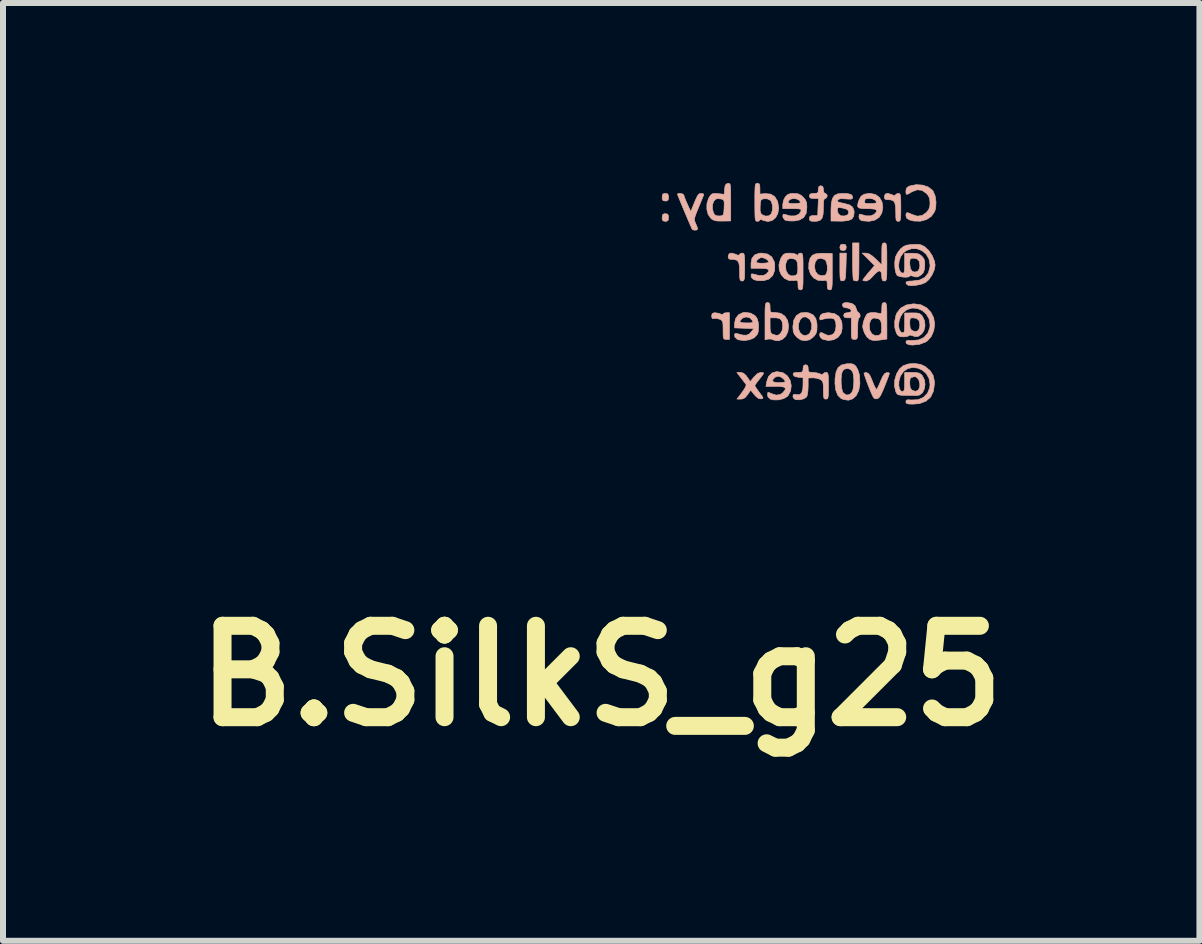
<source format=kicad_pcb>
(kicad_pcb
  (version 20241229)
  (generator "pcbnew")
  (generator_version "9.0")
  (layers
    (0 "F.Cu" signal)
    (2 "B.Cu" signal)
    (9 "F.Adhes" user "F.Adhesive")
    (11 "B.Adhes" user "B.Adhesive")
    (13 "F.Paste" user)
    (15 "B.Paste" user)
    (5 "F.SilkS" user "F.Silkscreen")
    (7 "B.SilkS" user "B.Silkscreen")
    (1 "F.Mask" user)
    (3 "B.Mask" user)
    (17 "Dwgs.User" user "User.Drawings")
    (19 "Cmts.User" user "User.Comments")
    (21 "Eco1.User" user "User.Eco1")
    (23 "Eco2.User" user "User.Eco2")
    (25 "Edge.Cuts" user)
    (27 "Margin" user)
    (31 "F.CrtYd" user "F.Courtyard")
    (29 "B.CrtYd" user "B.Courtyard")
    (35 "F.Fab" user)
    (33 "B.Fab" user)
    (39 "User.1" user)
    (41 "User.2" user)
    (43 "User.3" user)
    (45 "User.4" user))
  (footprint "B.SilkS_g25"
    (layer "F.Cu")
    (at 6.974 8.218)
    (property "Reference" "B.SilkS_g25" (at 0 0 0) (layer "F.SilkS") (effects (font (size 1.524 1.524) (thickness 0.3))))
    (attr through_hole)
    (fp_poly (pts (xy 1.107 -8.036) (xy 1.121 -8.007) (xy 1.122 -7.98) (xy 1.116 -7.934) (xy 1.092 -7.918) (xy 1.069 -7.916) (xy 1.031 -7.923) (xy 1.017 -7.952) (xy 1.016 -7.98) (xy 1.022 -8.025) (xy 1.046 -8.042) (xy 1.069 -8.043) (xy 1.107 -8.036)) (stroke (width 0.01) (type solid)) (fill yes) (layer "B.SilkS"))
    (fp_poly (pts (xy 1.107 -7.698) (xy 1.121 -7.669) (xy 1.122 -7.641) (xy 1.116 -7.596) (xy 1.092 -7.579) (xy 1.069 -7.578) (xy 1.031 -7.585) (xy 1.017 -7.614) (xy 1.016 -7.641) (xy 1.022 -7.687) (xy 1.046 -7.703) (xy 1.069 -7.705) (xy 1.107 -7.698)) (stroke (width 0.01) (type solid)) (fill yes) (layer "B.SilkS"))
    (fp_poly (pts (xy 4.073 -7.188) (xy 4.085 -7.154) (xy 4.085 -7.144) (xy 4.076 -7.103) (xy 4.042 -7.091) (xy 4.032 -7.091) (xy 3.992 -7.1) (xy 3.98 -7.134) (xy 3.979 -7.144) (xy 3.988 -7.184) (xy 4.022 -7.196) (xy 4.032 -7.197) (xy 4.073 -7.188)) (stroke (width 0.01) (type solid)) (fill yes) (layer "B.SilkS"))
    (fp_poly (pts (xy 4.081 -6.821) (xy 4.077 -6.72) (xy 4.073 -6.655) (xy 4.066 -6.616) (xy 4.055 -6.596) (xy 4.037 -6.588) (xy 4.027 -6.587) (xy 4.006 -6.585) (xy 3.993 -6.593) (xy 3.985 -6.617) (xy 3.981 -6.663) (xy 3.979 -6.741) (xy 3.979 -6.814) (xy 3.979 -7.048) (xy 4.087 -7.048) (xy 4.081 -6.821)) (stroke (width 0.01) (type solid)) (fill yes) (layer "B.SilkS"))
    (fp_poly (pts (xy 4.297 -6.9) (xy 4.296 -6.778) (xy 4.295 -6.692) (xy 4.291 -6.635) (xy 4.285 -6.603) (xy 4.275 -6.587) (xy 4.261 -6.583) (xy 4.258 -6.583) (xy 4.218 -6.59) (xy 4.205 -6.597) (xy 4.2 -6.622) (xy 4.196 -6.682) (xy 4.193 -6.768) (xy 4.191 -6.872) (xy 4.191 -6.914) (xy 4.191 -7.218) (xy 4.297 -7.218) (xy 4.297 -6.9)) (stroke (width 0.01) (type solid)) (fill yes) (layer "B.SilkS"))
    (fp_poly (pts (xy 2.138 -5.609) (xy 2.085 -5.609) (xy 2.058 -5.611) (xy 2.042 -5.623) (xy 2.034 -5.655) (xy 2.032 -5.714) (xy 2.032 -5.765) (xy 2.031 -5.845) (xy 2.026 -5.894) (xy 2.013 -5.922) (xy 1.99 -5.939) (xy 1.977 -5.945) (xy 1.922 -5.96) (xy 1.881 -5.958) (xy 1.852 -5.956) (xy 1.842 -5.985) (xy 1.841 -5.999) (xy 1.85 -6.04) (xy 1.883 -6.053) (xy 1.896 -6.054) (xy 1.955 -6.045) (xy 1.991 -6.032) (xy 2.025 -6.021) (xy 2.032 -6.032) (xy 2.05 -6.048) (xy 2.085 -6.054) (xy 2.138 -6.054) (xy 2.138 -5.609)) (stroke (width 0.01) (type solid)) (fill yes) (layer "B.SilkS"))
    (fp_poly (pts (xy 2.235 -7.031) (xy 2.249 -7.024) (xy 2.287 -7.011) (xy 2.303 -7.024) (xy 2.328 -7.045) (xy 2.351 -7.048) (xy 2.369 -7.045) (xy 2.381 -7.031) (xy 2.388 -6.999) (xy 2.391 -6.941) (xy 2.392 -6.85) (xy 2.392 -6.816) (xy 2.391 -6.714) (xy 2.389 -6.647) (xy 2.383 -6.608) (xy 2.373 -6.589) (xy 2.357 -6.583) (xy 2.349 -6.583) (xy 2.328 -6.587) (xy 2.315 -6.604) (xy 2.309 -6.644) (xy 2.307 -6.715) (xy 2.307 -6.737) (xy 2.304 -6.833) (xy 2.291 -6.894) (xy 2.264 -6.928) (xy 2.219 -6.941) (xy 2.187 -6.943) (xy 2.138 -6.947) (xy 2.119 -6.967) (xy 2.117 -6.996) (xy 2.132 -7.037) (xy 2.173 -7.049) (xy 2.235 -7.031)) (stroke (width 0.01) (type solid)) (fill yes) (layer "B.SilkS"))
    (fp_poly (pts (xy 4.839 -8.026) (xy 4.853 -8.019) (xy 4.89 -8.006) (xy 4.906 -8.019) (xy 4.931 -8.039) (xy 4.955 -8.043) (xy 4.973 -8.04) (xy 4.984 -8.026) (xy 4.991 -7.994) (xy 4.994 -7.936) (xy 4.995 -7.845) (xy 4.995 -7.811) (xy 4.995 -7.709) (xy 4.992 -7.642) (xy 4.987 -7.603) (xy 4.977 -7.584) (xy 4.961 -7.578) (xy 4.953 -7.578) (xy 4.931 -7.582) (xy 4.918 -7.599) (xy 4.912 -7.639) (xy 4.911 -7.71) (xy 4.911 -7.732) (xy 4.907 -7.828) (xy 4.894 -7.889) (xy 4.867 -7.923) (xy 4.823 -7.936) (xy 4.79 -7.938) (xy 4.742 -7.942) (xy 4.723 -7.962) (xy 4.72 -7.99) (xy 4.735 -8.032) (xy 4.776 -8.044) (xy 4.839 -8.026)) (stroke (width 0.01) (type solid)) (fill yes) (layer "B.SilkS"))
    (fp_poly (pts (xy 3.892 -6.038) (xy 3.963 -5.993) (xy 4.005 -5.916) (xy 4.015 -5.869) (xy 4.016 -5.786) (xy 4 -5.714) (xy 3.951 -5.647) (xy 3.877 -5.604) (xy 3.79 -5.59) (xy 3.7 -5.609) (xy 3.688 -5.614) (xy 3.651 -5.648) (xy 3.64 -5.692) (xy 3.654 -5.721) (xy 3.679 -5.721) (xy 3.712 -5.704) (xy 3.78 -5.675) (xy 3.845 -5.685) (xy 3.881 -5.711) (xy 3.905 -5.761) (xy 3.915 -5.828) (xy 3.91 -5.894) (xy 3.89 -5.942) (xy 3.884 -5.948) (xy 3.84 -5.963) (xy 3.773 -5.962) (xy 3.701 -5.947) (xy 3.678 -5.938) (xy 3.648 -5.935) (xy 3.641 -5.963) (xy 3.655 -6.013) (xy 3.7 -6.043) (xy 3.779 -6.054) (xy 3.792 -6.054) (xy 3.892 -6.038)) (stroke (width 0.01) (type solid)) (fill yes) (layer "B.SilkS"))
    (fp_poly (pts (xy 4.426 -5.055) (xy 4.456 -5.04) (xy 4.484 -5.001) (xy 4.515 -4.929) (xy 4.525 -4.904) (xy 4.552 -4.837) (xy 4.577 -4.791) (xy 4.593 -4.776) (xy 4.594 -4.777) (xy 4.61 -4.805) (xy 4.636 -4.859) (xy 4.661 -4.921) (xy 4.696 -4.997) (xy 4.727 -5.04) (xy 4.758 -5.055) (xy 4.795 -5.053) (xy 4.805 -5.043) (xy 4.797 -5.016) (xy 4.777 -4.96) (xy 4.747 -4.883) (xy 4.724 -4.824) (xy 4.685 -4.732) (xy 4.656 -4.672) (xy 4.631 -4.638) (xy 4.607 -4.622) (xy 4.592 -4.619) (xy 4.567 -4.619) (xy 4.547 -4.632) (xy 4.526 -4.664) (xy 4.5 -4.721) (xy 4.464 -4.811) (xy 4.46 -4.82) (xy 4.427 -4.907) (xy 4.401 -4.98) (xy 4.385 -5.029) (xy 4.381 -5.044) (xy 4.399 -5.056) (xy 4.426 -5.055)) (stroke (width 0.01) (type solid)) (fill yes) (layer "B.SilkS"))
    (fp_poly (pts (xy 3.693 -8.16) (xy 3.704 -8.123) (xy 3.704 -8.107) (xy 3.714 -8.056) (xy 3.736 -8.043) (xy 3.762 -8.026) (xy 3.768 -8.001) (xy 3.754 -7.967) (xy 3.736 -7.959) (xy 3.719 -7.95) (xy 3.709 -7.92) (xy 3.705 -7.86) (xy 3.704 -7.801) (xy 3.7 -7.7) (xy 3.684 -7.634) (xy 3.652 -7.596) (xy 3.599 -7.58) (xy 3.554 -7.578) (xy 3.5 -7.581) (xy 3.476 -7.595) (xy 3.471 -7.625) (xy 3.479 -7.659) (xy 3.508 -7.672) (xy 3.54 -7.673) (xy 3.609 -7.673) (xy 3.615 -7.816) (xy 3.621 -7.959) (xy 3.546 -7.959) (xy 3.495 -7.963) (xy 3.474 -7.981) (xy 3.471 -8.001) (xy 3.48 -8.03) (xy 3.512 -8.042) (xy 3.545 -8.043) (xy 3.595 -8.047) (xy 3.616 -8.065) (xy 3.619 -8.107) (xy 3.626 -8.153) (xy 3.651 -8.17) (xy 3.662 -8.17) (xy 3.693 -8.16)) (stroke (width 0.01) (type solid)) (fill yes) (layer "B.SilkS"))
    (fp_poly (pts (xy 5.357 -8.182) (xy 5.451 -8.151) (xy 5.521 -8.097) (xy 5.534 -8.08) (xy 5.568 -7.999) (xy 5.582 -7.898) (xy 5.576 -7.799) (xy 5.56 -7.742) (xy 5.505 -7.662) (xy 5.423 -7.607) (xy 5.321 -7.58) (xy 5.21 -7.583) (xy 5.138 -7.602) (xy 5.092 -7.632) (xy 5.08 -7.675) (xy 5.085 -7.713) (xy 5.107 -7.723) (xy 5.152 -7.707) (xy 5.178 -7.694) (xy 5.269 -7.664) (xy 5.35 -7.675) (xy 5.42 -7.724) (xy 5.461 -7.775) (xy 5.479 -7.829) (xy 5.482 -7.885) (xy 5.476 -7.956) (xy 5.453 -8.007) (xy 5.42 -8.045) (xy 5.348 -8.095) (xy 5.27 -8.104) (xy 5.182 -8.072) (xy 5.169 -8.064) (xy 5.116 -8.033) (xy 5.09 -8.027) (xy 5.081 -8.046) (xy 5.08 -8.084) (xy 5.088 -8.13) (xy 5.122 -8.158) (xy 5.147 -8.168) (xy 5.252 -8.189) (xy 5.357 -8.182)) (stroke (width 0.01) (type solid)) (fill yes) (layer "B.SilkS"))
    (fp_poly (pts (xy 2.697 -5.054) (xy 2.709 -5.047) (xy 2.697 -5.025) (xy 2.665 -4.981) (xy 2.635 -4.944) (xy 2.594 -4.891) (xy 2.567 -4.852) (xy 2.561 -4.838) (xy 2.573 -4.815) (xy 2.604 -4.769) (xy 2.637 -4.724) (xy 2.679 -4.669) (xy 2.696 -4.638) (xy 2.693 -4.624) (xy 2.669 -4.618) (xy 2.664 -4.618) (xy 2.621 -4.625) (xy 2.575 -4.663) (xy 2.554 -4.687) (xy 2.492 -4.764) (xy 2.441 -4.689) (xy 2.398 -4.637) (xy 2.352 -4.616) (xy 2.327 -4.614) (xy 2.263 -4.614) (xy 2.347 -4.725) (xy 2.388 -4.784) (xy 2.412 -4.832) (xy 2.416 -4.857) (xy 2.394 -4.885) (xy 2.357 -4.934) (xy 2.33 -4.969) (xy 2.261 -5.059) (xy 2.321 -5.059) (xy 2.371 -5.047) (xy 2.415 -5.007) (xy 2.433 -4.982) (xy 2.485 -4.906) (xy 2.546 -4.982) (xy 2.606 -5.04) (xy 2.658 -5.059) (xy 2.697 -5.054)) (stroke (width 0.01) (type solid)) (fill yes) (layer "B.SilkS"))
    (fp_poly (pts (xy 3.465 -6.05) (xy 3.535 -6.016) (xy 3.578 -5.956) (xy 3.597 -5.866) (xy 3.598 -5.825) (xy 3.595 -5.752) (xy 3.579 -5.703) (xy 3.546 -5.66) (xy 3.536 -5.65) (xy 3.474 -5.603) (xy 3.406 -5.588) (xy 3.397 -5.588) (xy 3.327 -5.6) (xy 3.265 -5.643) (xy 3.258 -5.65) (xy 3.221 -5.694) (xy 3.202 -5.739) (xy 3.196 -5.804) (xy 3.196 -5.827) (xy 3.201 -5.858) (xy 3.288 -5.858) (xy 3.289 -5.783) (xy 3.314 -5.723) (xy 3.355 -5.684) (xy 3.404 -5.671) (xy 3.454 -5.691) (xy 3.481 -5.72) (xy 3.509 -5.79) (xy 3.51 -5.867) (xy 3.483 -5.934) (xy 3.471 -5.948) (xy 3.414 -5.984) (xy 3.361 -5.981) (xy 3.318 -5.941) (xy 3.29 -5.869) (xy 3.288 -5.858) (xy 3.201 -5.858) (xy 3.211 -5.932) (xy 3.255 -6.008) (xy 3.323 -6.051) (xy 3.413 -6.059) (xy 3.465 -6.05)) (stroke (width 0.01) (type solid)) (fill yes) (layer "B.SilkS"))
    (fp_poly (pts (xy 2.492 -6.047) (xy 2.565 -6.005) (xy 2.601 -5.955) (xy 2.619 -5.888) (xy 2.624 -5.806) (xy 2.616 -5.73) (xy 2.603 -5.693) (xy 2.552 -5.639) (xy 2.476 -5.604) (xy 2.385 -5.59) (xy 2.295 -5.601) (xy 2.27 -5.61) (xy 2.231 -5.644) (xy 2.223 -5.674) (xy 2.229 -5.707) (xy 2.258 -5.708) (xy 2.27 -5.705) (xy 2.359 -5.681) (xy 2.422 -5.679) (xy 2.467 -5.699) (xy 2.497 -5.729) (xy 2.544 -5.789) (xy 2.223 -5.801) (xy 2.223 -5.873) (xy 2.228 -5.899) (xy 2.315 -5.899) (xy 2.351 -5.887) (xy 2.424 -5.884) (xy 2.49 -5.885) (xy 2.522 -5.891) (xy 2.528 -5.905) (xy 2.519 -5.926) (xy 2.475 -5.97) (xy 2.416 -5.984) (xy 2.358 -5.965) (xy 2.349 -5.958) (xy 2.315 -5.921) (xy 2.315 -5.899) (xy 2.228 -5.899) (xy 2.241 -5.957) (xy 2.29 -6.021) (xy 2.363 -6.056) (xy 2.397 -6.06) (xy 2.492 -6.047)) (stroke (width 0.01) (type solid)) (fill yes) (layer "B.SilkS"))
    (fp_poly (pts (xy 3.704 -7.045) (xy 3.852 -7.042) (xy 3.852 -6.738) (xy 3.852 -6.619) (xy 3.851 -6.536) (xy 3.847 -6.483) (xy 3.84 -6.452) (xy 3.83 -6.438) (xy 3.815 -6.435) (xy 3.81 -6.435) (xy 3.782 -6.442) (xy 3.77 -6.471) (xy 3.768 -6.518) (xy 3.766 -6.571) (xy 3.753 -6.593) (xy 3.719 -6.593) (xy 3.694 -6.589) (xy 3.611 -6.595) (xy 3.54 -6.635) (xy 3.488 -6.702) (xy 3.46 -6.789) (xy 3.461 -6.822) (xy 3.556 -6.822) (xy 3.571 -6.743) (xy 3.613 -6.69) (xy 3.674 -6.67) (xy 3.734 -6.68) (xy 3.758 -6.71) (xy 3.769 -6.764) (xy 3.769 -6.83) (xy 3.758 -6.892) (xy 3.736 -6.934) (xy 3.727 -6.942) (xy 3.656 -6.963) (xy 3.601 -6.947) (xy 3.567 -6.896) (xy 3.556 -6.822) (xy 3.461 -6.822) (xy 3.462 -6.884) (xy 3.482 -6.961) (xy 3.518 -7.01) (xy 3.576 -7.036) (xy 3.664 -7.045) (xy 3.704 -7.045)) (stroke (width 0.01) (type solid)) (fill yes) (layer "B.SilkS"))
    (fp_poly (pts (xy 4.179 -6.209) (xy 4.232 -6.17) (xy 4.254 -6.115) (xy 4.255 -6.11) (xy 4.271 -6.072) (xy 4.286 -6.061) (xy 4.309 -6.038) (xy 4.318 -6.002) (xy 4.31 -5.974) (xy 4.297 -5.969) (xy 4.287 -5.949) (xy 4.279 -5.894) (xy 4.276 -5.812) (xy 4.276 -5.789) (xy 4.275 -5.702) (xy 4.272 -5.649) (xy 4.264 -5.621) (xy 4.248 -5.611) (xy 4.223 -5.609) (xy 4.197 -5.611) (xy 4.181 -5.621) (xy 4.173 -5.649) (xy 4.17 -5.703) (xy 4.17 -5.789) (xy 4.17 -5.969) (xy 4.106 -5.969) (xy 4.06 -5.976) (xy 4.043 -6) (xy 4.043 -6.011) (xy 4.053 -6.042) (xy 4.089 -6.053) (xy 4.108 -6.054) (xy 4.156 -6.064) (xy 4.17 -6.087) (xy 4.154 -6.113) (xy 4.109 -6.132) (xy 4.09 -6.134) (xy 4.04 -6.146) (xy 4.022 -6.173) (xy 4.022 -6.182) (xy 4.03 -6.209) (xy 4.061 -6.221) (xy 4.103 -6.223) (xy 4.179 -6.209)) (stroke (width 0.01) (type solid)) (fill yes) (layer "B.SilkS"))
    (fp_poly (pts (xy 1.705 -8.035) (xy 1.709 -8.017) (xy 1.696 -7.987) (xy 1.672 -7.928) (xy 1.64 -7.849) (xy 1.62 -7.801) (xy 1.584 -7.713) (xy 1.563 -7.654) (xy 1.554 -7.614) (xy 1.558 -7.583) (xy 1.571 -7.55) (xy 1.575 -7.541) (xy 1.597 -7.489) (xy 1.608 -7.453) (xy 1.609 -7.45) (xy 1.592 -7.434) (xy 1.556 -7.43) (xy 1.524 -7.439) (xy 1.517 -7.445) (xy 1.504 -7.473) (xy 1.479 -7.529) (xy 1.446 -7.606) (xy 1.408 -7.695) (xy 1.369 -7.788) (xy 1.332 -7.877) (xy 1.301 -7.953) (xy 1.279 -8.007) (xy 1.27 -8.031) (xy 1.27 -8.031) (xy 1.287 -8.043) (xy 1.323 -8.043) (xy 1.36 -8.033) (xy 1.377 -8.017) (xy 1.377 -8.017) (xy 1.386 -7.985) (xy 1.408 -7.928) (xy 1.436 -7.865) (xy 1.493 -7.74) (xy 1.554 -7.892) (xy 1.588 -7.97) (xy 1.613 -8.016) (xy 1.638 -8.038) (xy 1.666 -8.043) (xy 1.667 -8.043) (xy 1.705 -8.035)) (stroke (width 0.01) (type solid)) (fill yes) (layer "B.SilkS"))
    (fp_poly (pts (xy 4.21 -5.193) (xy 4.241 -5.166) (xy 4.25 -5.155) (xy 4.279 -5.101) (xy 4.302 -5.027) (xy 4.307 -4.995) (xy 4.313 -4.867) (xy 4.294 -4.759) (xy 4.253 -4.675) (xy 4.194 -4.619) (xy 4.121 -4.595) (xy 4.037 -4.608) (xy 3.996 -4.626) (xy 3.945 -4.677) (xy 3.911 -4.762) (xy 3.897 -4.875) (xy 3.899 -4.951) (xy 4 -4.951) (xy 4.001 -4.867) (xy 4.01 -4.789) (xy 4.026 -4.732) (xy 4.036 -4.717) (xy 4.088 -4.682) (xy 4.141 -4.689) (xy 4.179 -4.725) (xy 4.199 -4.777) (xy 4.21 -4.856) (xy 4.212 -4.943) (xy 4.203 -5.025) (xy 4.192 -5.068) (xy 4.157 -5.109) (xy 4.106 -5.125) (xy 4.054 -5.113) (xy 4.022 -5.081) (xy 4.007 -5.028) (xy 4 -4.951) (xy 3.899 -4.951) (xy 3.899 -4.958) (xy 3.916 -5.067) (xy 3.95 -5.14) (xy 4.007 -5.183) (xy 4.09 -5.202) (xy 4.101 -5.203) (xy 4.168 -5.204) (xy 4.21 -5.193)) (stroke (width 0.01) (type solid)) (fill yes) (layer "B.SilkS"))
    (fp_poly (pts (xy 4.736 -7.216) (xy 4.748 -7.205) (xy 4.755 -7.18) (xy 4.76 -7.134) (xy 4.762 -7.061) (xy 4.762 -6.954) (xy 4.763 -6.9) (xy 4.762 -6.778) (xy 4.761 -6.692) (xy 4.757 -6.636) (xy 4.751 -6.603) (xy 4.742 -6.588) (xy 4.727 -6.583) (xy 4.72 -6.583) (xy 4.691 -6.591) (xy 4.679 -6.625) (xy 4.678 -6.654) (xy 4.67 -6.723) (xy 4.647 -6.752) (xy 4.609 -6.741) (xy 4.555 -6.691) (xy 4.543 -6.677) (xy 4.479 -6.612) (xy 4.426 -6.584) (xy 4.412 -6.583) (xy 4.373 -6.588) (xy 4.36 -6.596) (xy 4.373 -6.618) (xy 4.407 -6.662) (xy 4.454 -6.72) (xy 4.459 -6.725) (xy 4.557 -6.84) (xy 4.454 -6.944) (xy 4.351 -7.048) (xy 4.413 -7.048) (xy 4.463 -7.037) (xy 4.519 -7.001) (xy 4.577 -6.949) (xy 4.678 -6.849) (xy 4.678 -7.033) (xy 4.679 -7.122) (xy 4.682 -7.177) (xy 4.69 -7.206) (xy 4.705 -7.216) (xy 4.72 -7.218) (xy 4.736 -7.216)) (stroke (width 0.01) (type solid)) (fill yes) (layer "B.SilkS"))
    (fp_poly (pts (xy 2.774 -7.032) (xy 2.844 -6.984) (xy 2.885 -6.904) (xy 2.893 -6.864) (xy 2.892 -6.761) (xy 2.86 -6.676) (xy 2.8 -6.618) (xy 2.792 -6.614) (xy 2.706 -6.588) (xy 2.608 -6.589) (xy 2.545 -6.605) (xy 2.506 -6.639) (xy 2.498 -6.669) (xy 2.505 -6.701) (xy 2.534 -6.7) (xy 2.535 -6.7) (xy 2.63 -6.674) (xy 2.708 -6.677) (xy 2.752 -6.7) (xy 2.79 -6.741) (xy 2.793 -6.77) (xy 2.759 -6.787) (xy 2.686 -6.794) (xy 2.646 -6.795) (xy 2.498 -6.795) (xy 2.498 -6.875) (xy 2.501 -6.895) (xy 2.583 -6.895) (xy 2.602 -6.886) (xy 2.65 -6.88) (xy 2.688 -6.879) (xy 2.749 -6.883) (xy 2.787 -6.892) (xy 2.794 -6.9) (xy 2.776 -6.931) (xy 2.734 -6.958) (xy 2.684 -6.973) (xy 2.654 -6.971) (xy 2.604 -6.939) (xy 2.583 -6.897) (xy 2.583 -6.895) (xy 2.501 -6.895) (xy 2.513 -6.961) (xy 2.559 -7.018) (xy 2.635 -7.046) (xy 2.677 -7.048) (xy 2.774 -7.032)) (stroke (width 0.01) (type solid)) (fill yes) (layer "B.SilkS"))
    (fp_poly (pts (xy 3.017 -5.058) (xy 3.036 -5.05) (xy 3.105 -5) (xy 3.15 -4.926) (xy 3.168 -4.84) (xy 3.158 -4.752) (xy 3.118 -4.675) (xy 3.101 -4.657) (xy 3.038 -4.621) (xy 2.955 -4.601) (xy 2.87 -4.601) (xy 2.82 -4.614) (xy 2.78 -4.651) (xy 2.773 -4.686) (xy 2.776 -4.721) (xy 2.792 -4.727) (xy 2.831 -4.708) (xy 2.917 -4.68) (xy 2.989 -4.692) (xy 3.027 -4.72) (xy 3.065 -4.766) (xy 3.07 -4.797) (xy 3.04 -4.816) (xy 2.973 -4.825) (xy 2.908 -4.826) (xy 2.746 -4.826) (xy 2.759 -4.903) (xy 2.764 -4.917) (xy 2.857 -4.917) (xy 2.875 -4.899) (xy 2.93 -4.89) (xy 2.963 -4.889) (xy 3.024 -4.892) (xy 3.062 -4.899) (xy 3.069 -4.904) (xy 3.052 -4.938) (xy 3.012 -4.973) (xy 2.967 -4.994) (xy 2.954 -4.995) (xy 2.899 -4.98) (xy 2.863 -4.942) (xy 2.857 -4.917) (xy 2.764 -4.917) (xy 2.79 -4.992) (xy 2.847 -5.049) (xy 2.924 -5.072) (xy 3.017 -5.058)) (stroke (width 0.01) (type solid)) (fill yes) (layer "B.SilkS"))
    (fp_poly (pts (xy 2.801 -6.216) (xy 2.813 -6.187) (xy 2.815 -6.139) (xy 2.817 -6.086) (xy 2.831 -6.063) (xy 2.87 -6.058) (xy 2.897 -6.059) (xy 2.99 -6.045) (xy 3.061 -5.998) (xy 3.108 -5.925) (xy 3.124 -5.831) (xy 3.112 -5.737) (xy 3.075 -5.661) (xy 3.017 -5.608) (xy 2.948 -5.585) (xy 2.879 -5.597) (xy 2.861 -5.606) (xy 2.82 -5.616) (xy 2.782 -5.614) (xy 2.731 -5.604) (xy 2.731 -5.914) (xy 2.731 -5.969) (xy 2.815 -5.969) (xy 2.815 -5.841) (xy 2.817 -5.769) (xy 2.825 -5.727) (xy 2.843 -5.704) (xy 2.863 -5.694) (xy 2.917 -5.677) (xy 2.953 -5.681) (xy 2.988 -5.708) (xy 3.017 -5.758) (xy 3.027 -5.828) (xy 3.017 -5.9) (xy 3.005 -5.928) (xy 2.974 -5.958) (xy 2.916 -5.969) (xy 2.899 -5.969) (xy 2.815 -5.969) (xy 2.731 -5.969) (xy 2.731 -6.034) (xy 2.732 -6.118) (xy 2.736 -6.173) (xy 2.742 -6.204) (xy 2.752 -6.219) (xy 2.767 -6.223) (xy 2.773 -6.223) (xy 2.801 -6.216)) (stroke (width 0.01) (type solid)) (fill yes) (layer "B.SilkS"))
    (fp_poly (pts (xy 4.11 -8.039) (xy 4.164 -8.026) (xy 4.188 -8) (xy 4.191 -7.979) (xy 4.186 -7.957) (xy 4.165 -7.948) (xy 4.116 -7.949) (xy 4.077 -7.952) (xy 3.996 -7.956) (xy 3.953 -7.944) (xy 3.948 -7.939) (xy 3.939 -7.917) (xy 3.95 -7.902) (xy 3.989 -7.889) (xy 4.052 -7.876) (xy 4.139 -7.852) (xy 4.191 -7.815) (xy 4.214 -7.759) (xy 4.217 -7.729) (xy 4.209 -7.661) (xy 4.178 -7.616) (xy 4.118 -7.591) (xy 4.025 -7.581) (xy 3.987 -7.581) (xy 3.831 -7.583) (xy 3.831 -7.757) (xy 3.831 -7.764) (xy 3.937 -7.764) (xy 3.953 -7.702) (xy 3.998 -7.67) (xy 4.053 -7.667) (xy 4.107 -7.685) (xy 4.124 -7.712) (xy 4.123 -7.752) (xy 4.095 -7.779) (xy 4.033 -7.797) (xy 4.016 -7.801) (xy 3.965 -7.808) (xy 3.942 -7.8) (xy 3.937 -7.771) (xy 3.937 -7.764) (xy 3.831 -7.764) (xy 3.836 -7.875) (xy 3.854 -7.957) (xy 3.889 -8.009) (xy 3.943 -8.036) (xy 4.021 -8.043) (xy 4.11 -8.039)) (stroke (width 0.01) (type solid)) (fill yes) (layer "B.SilkS"))
    (fp_poly (pts (xy 2.143 -8.205) (xy 2.151 -8.186) (xy 2.156 -8.147) (xy 2.158 -8.083) (xy 2.159 -7.987) (xy 2.159 -7.9) (xy 2.159 -7.584) (xy 2.022 -7.582) (xy 1.94 -7.583) (xy 1.886 -7.592) (xy 1.845 -7.614) (xy 1.828 -7.628) (xy 1.783 -7.692) (xy 1.761 -7.778) (xy 1.761 -7.785) (xy 1.854 -7.785) (xy 1.873 -7.717) (xy 1.89 -7.688) (xy 1.925 -7.67) (xy 1.977 -7.667) (xy 2.013 -7.672) (xy 2.033 -7.686) (xy 2.043 -7.719) (xy 2.048 -7.782) (xy 2.049 -7.805) (xy 2.051 -7.877) (xy 2.047 -7.918) (xy 2.033 -7.938) (xy 2.005 -7.949) (xy 2.001 -7.95) (xy 1.948 -7.956) (xy 1.915 -7.951) (xy 1.877 -7.916) (xy 1.856 -7.856) (xy 1.854 -7.785) (xy 1.761 -7.785) (xy 1.762 -7.871) (xy 1.789 -7.958) (xy 1.799 -7.977) (xy 1.829 -8.02) (xy 1.858 -8.039) (xy 1.904 -8.042) (xy 1.948 -8.039) (xy 2.051 -8.029) (xy 2.057 -8.115) (xy 2.066 -8.173) (xy 2.084 -8.2) (xy 2.111 -8.209) (xy 2.13 -8.21) (xy 2.143 -8.205)) (stroke (width 0.01) (type solid)) (fill yes) (layer "B.SilkS"))
    (fp_poly (pts (xy 3.281 -8.037) (xy 3.334 -8.011) (xy 3.367 -7.981) (xy 3.406 -7.934) (xy 3.425 -7.885) (xy 3.429 -7.813) (xy 3.417 -7.712) (xy 3.377 -7.643) (xy 3.307 -7.601) (xy 3.216 -7.584) (xy 3.144 -7.584) (xy 3.086 -7.591) (xy 3.064 -7.599) (xy 3.033 -7.638) (xy 3.027 -7.666) (xy 3.035 -7.697) (xy 3.064 -7.693) (xy 3.064 -7.693) (xy 3.151 -7.668) (xy 3.231 -7.669) (xy 3.293 -7.695) (xy 3.328 -7.742) (xy 3.329 -7.746) (xy 3.332 -7.768) (xy 3.321 -7.781) (xy 3.287 -7.787) (xy 3.222 -7.789) (xy 3.184 -7.789) (xy 3.027 -7.789) (xy 3.027 -7.861) (xy 3.035 -7.902) (xy 3.114 -7.902) (xy 3.125 -7.883) (xy 3.172 -7.875) (xy 3.217 -7.874) (xy 3.278 -7.877) (xy 3.316 -7.885) (xy 3.323 -7.891) (xy 3.305 -7.927) (xy 3.261 -7.95) (xy 3.205 -7.958) (xy 3.154 -7.946) (xy 3.137 -7.933) (xy 3.114 -7.902) (xy 3.035 -7.902) (xy 3.041 -7.932) (xy 3.071 -7.988) (xy 3.109 -8.024) (xy 3.157 -8.041) (xy 3.21 -8.043) (xy 3.281 -8.037)) (stroke (width 0.01) (type solid)) (fill yes) (layer "B.SilkS"))
    (fp_poly (pts (xy 4.573 -8.025) (xy 4.64 -7.975) (xy 4.682 -7.9) (xy 4.695 -7.808) (xy 4.678 -7.716) (xy 4.634 -7.645) (xy 4.561 -7.598) (xy 4.465 -7.578) (xy 4.354 -7.587) (xy 4.334 -7.592) (xy 4.303 -7.62) (xy 4.297 -7.656) (xy 4.302 -7.693) (xy 4.324 -7.697) (xy 4.334 -7.693) (xy 4.419 -7.669) (xy 4.496 -7.67) (xy 4.552 -7.695) (xy 4.589 -7.736) (xy 4.592 -7.764) (xy 4.56 -7.781) (xy 4.489 -7.788) (xy 4.434 -7.789) (xy 4.347 -7.791) (xy 4.295 -7.802) (xy 4.275 -7.826) (xy 4.279 -7.872) (xy 4.284 -7.888) (xy 4.389 -7.888) (xy 4.412 -7.877) (xy 4.466 -7.874) (xy 4.485 -7.874) (xy 4.546 -7.877) (xy 4.585 -7.885) (xy 4.593 -7.891) (xy 4.574 -7.927) (xy 4.525 -7.952) (xy 4.473 -7.959) (xy 4.425 -7.956) (xy 4.403 -7.951) (xy 4.403 -7.95) (xy 4.396 -7.925) (xy 4.39 -7.907) (xy 4.389 -7.888) (xy 4.284 -7.888) (xy 4.299 -7.935) (xy 4.332 -7.996) (xy 4.385 -8.03) (xy 4.465 -8.043) (xy 4.487 -8.043) (xy 4.573 -8.025)) (stroke (width 0.01) (type solid)) (fill yes) (layer "B.SilkS"))
    (fp_poly (pts (xy 4.737 -6.221) (xy 4.748 -6.21) (xy 4.756 -6.184) (xy 4.76 -6.137) (xy 4.762 -6.062) (xy 4.762 -5.953) (xy 4.763 -5.919) (xy 4.763 -5.615) (xy 4.664 -5.601) (xy 4.591 -5.592) (xy 4.544 -5.591) (xy 4.509 -5.598) (xy 4.473 -5.613) (xy 4.426 -5.655) (xy 4.387 -5.721) (xy 4.363 -5.797) (xy 4.36 -5.83) (xy 4.362 -5.843) (xy 4.47 -5.843) (xy 4.478 -5.762) (xy 4.511 -5.704) (xy 4.561 -5.673) (xy 4.622 -5.676) (xy 4.653 -5.691) (xy 4.671 -5.725) (xy 4.675 -5.798) (xy 4.674 -5.822) (xy 4.668 -5.89) (xy 4.655 -5.927) (xy 4.631 -5.948) (xy 4.608 -5.957) (xy 4.542 -5.967) (xy 4.498 -5.94) (xy 4.474 -5.878) (xy 4.47 -5.843) (xy 4.362 -5.843) (xy 4.369 -5.89) (xy 4.391 -5.957) (xy 4.419 -6.014) (xy 4.443 -6.042) (xy 4.491 -6.055) (xy 4.559 -6.057) (xy 4.625 -6.046) (xy 4.63 -6.045) (xy 4.659 -6.039) (xy 4.673 -6.052) (xy 4.678 -6.094) (xy 4.678 -6.126) (xy 4.681 -6.186) (xy 4.692 -6.215) (xy 4.716 -6.223) (xy 4.72 -6.223) (xy 4.737 -6.221)) (stroke (width 0.01) (type solid)) (fill yes) (layer "B.SilkS"))
    (fp_poly (pts (xy 2.63 -8.206) (xy 2.643 -8.179) (xy 2.646 -8.122) (xy 2.646 -8.032) (xy 2.731 -8.04) (xy 2.824 -8.032) (xy 2.893 -7.99) (xy 2.939 -7.913) (xy 2.944 -7.897) (xy 2.959 -7.797) (xy 2.945 -7.709) (xy 2.907 -7.638) (xy 2.85 -7.592) (xy 2.779 -7.575) (xy 2.699 -7.593) (xy 2.687 -7.6) (xy 2.653 -7.611) (xy 2.646 -7.6) (xy 2.628 -7.582) (xy 2.603 -7.578) (xy 2.587 -7.58) (xy 2.576 -7.59) (xy 2.568 -7.615) (xy 2.564 -7.661) (xy 2.562 -7.734) (xy 2.562 -7.759) (xy 2.649 -7.759) (xy 2.659 -7.715) (xy 2.68 -7.689) (xy 2.739 -7.665) (xy 2.795 -7.67) (xy 2.835 -7.702) (xy 2.836 -7.703) (xy 2.854 -7.766) (xy 2.855 -7.839) (xy 2.839 -7.902) (xy 2.823 -7.927) (xy 2.772 -7.952) (xy 2.723 -7.955) (xy 2.685 -7.948) (xy 2.664 -7.932) (xy 2.655 -7.896) (xy 2.65 -7.832) (xy 2.649 -7.759) (xy 2.562 -7.759) (xy 2.561 -7.841) (xy 2.561 -7.895) (xy 2.561 -8.017) (xy 2.563 -8.103) (xy 2.566 -8.159) (xy 2.572 -8.192) (xy 2.582 -8.208) (xy 2.596 -8.212) (xy 2.603 -8.213) (xy 2.63 -8.206)) (stroke (width 0.01) (type solid)) (fill yes) (layer "B.SilkS"))
    (fp_poly (pts (xy 3.34 -7.046) (xy 3.351 -7.036) (xy 3.359 -7.01) (xy 3.363 -6.963) (xy 3.365 -6.888) (xy 3.365 -6.78) (xy 3.365 -6.742) (xy 3.365 -6.622) (xy 3.364 -6.538) (xy 3.36 -6.484) (xy 3.354 -6.453) (xy 3.343 -6.439) (xy 3.328 -6.435) (xy 3.323 -6.435) (xy 3.295 -6.442) (xy 3.283 -6.471) (xy 3.281 -6.519) (xy 3.279 -6.572) (xy 3.267 -6.594) (xy 3.236 -6.594) (xy 3.217 -6.59) (xy 3.13 -6.591) (xy 3.057 -6.625) (xy 3.002 -6.686) (xy 2.969 -6.764) (xy 2.964 -6.838) (xy 3.073 -6.838) (xy 3.081 -6.757) (xy 3.114 -6.698) (xy 3.164 -6.668) (xy 3.225 -6.671) (xy 3.256 -6.686) (xy 3.274 -6.72) (xy 3.278 -6.793) (xy 3.277 -6.817) (xy 3.271 -6.885) (xy 3.258 -6.922) (xy 3.234 -6.943) (xy 3.211 -6.952) (xy 3.145 -6.961) (xy 3.101 -6.935) (xy 3.077 -6.872) (xy 3.073 -6.838) (xy 2.964 -6.838) (xy 2.963 -6.853) (xy 2.988 -6.946) (xy 3.005 -6.98) (xy 3.038 -7.024) (xy 3.076 -7.044) (xy 3.136 -7.048) (xy 3.139 -7.048) (xy 3.201 -7.043) (xy 3.247 -7.029) (xy 3.255 -7.023) (xy 3.276 -7.008) (xy 3.281 -7.023) (xy 3.299 -7.044) (xy 3.323 -7.048) (xy 3.34 -7.046)) (stroke (width 0.01) (type solid)) (fill yes) (layer "B.SilkS"))
    (fp_poly (pts (xy 3.439 -5.176) (xy 3.45 -5.139) (xy 3.45 -5.122) (xy 3.454 -5.08) (xy 3.475 -5.062) (xy 3.524 -5.059) (xy 3.526 -5.059) (xy 3.591 -5.052) (xy 3.645 -5.036) (xy 3.646 -5.035) (xy 3.684 -5.021) (xy 3.7 -5.035) (xy 3.725 -5.055) (xy 3.748 -5.059) (xy 3.766 -5.056) (xy 3.778 -5.041) (xy 3.785 -5.008) (xy 3.788 -4.948) (xy 3.789 -4.855) (xy 3.789 -4.837) (xy 3.788 -4.737) (xy 3.786 -4.673) (xy 3.78 -4.636) (xy 3.769 -4.619) (xy 3.752 -4.614) (xy 3.747 -4.614) (xy 3.724 -4.618) (xy 3.711 -4.636) (xy 3.706 -4.678) (xy 3.704 -4.751) (xy 3.704 -4.762) (xy 3.703 -4.842) (xy 3.696 -4.891) (xy 3.681 -4.921) (xy 3.657 -4.94) (xy 3.603 -4.96) (xy 3.536 -4.969) (xy 3.53 -4.968) (xy 3.45 -4.966) (xy 3.45 -4.826) (xy 3.446 -4.746) (xy 3.436 -4.681) (xy 3.424 -4.65) (xy 3.38 -4.62) (xy 3.315 -4.603) (xy 3.248 -4.604) (xy 3.233 -4.607) (xy 3.203 -4.634) (xy 3.196 -4.66) (xy 3.203 -4.689) (xy 3.23 -4.694) (xy 3.258 -4.689) (xy 3.31 -4.689) (xy 3.343 -4.719) (xy 3.361 -4.782) (xy 3.365 -4.866) (xy 3.365 -4.972) (xy 3.286 -4.978) (xy 3.226 -4.991) (xy 3.201 -5.019) (xy 3.2 -5.022) (xy 3.203 -5.046) (xy 3.231 -5.057) (xy 3.279 -5.059) (xy 3.334 -5.061) (xy 3.359 -5.074) (xy 3.365 -5.107) (xy 3.365 -5.122) (xy 3.372 -5.169) (xy 3.397 -5.185) (xy 3.408 -5.186) (xy 3.439 -5.176)) (stroke (width 0.01) (type solid)) (fill yes) (layer "B.SilkS"))
    (fp_poly (pts (xy 5.33 -6.186) (xy 5.424 -6.137) (xy 5.497 -6.061) (xy 5.543 -5.969) (xy 5.559 -5.864) (xy 5.545 -5.758) (xy 5.505 -5.662) (xy 5.439 -5.586) (xy 5.407 -5.565) (xy 5.309 -5.528) (xy 5.197 -5.515) (xy 5.138 -5.519) (xy 5.092 -5.537) (xy 5.08 -5.563) (xy 5.087 -5.585) (xy 5.115 -5.593) (xy 5.174 -5.591) (xy 5.18 -5.591) (xy 5.29 -5.6) (xy 5.381 -5.642) (xy 5.445 -5.713) (xy 5.479 -5.808) (xy 5.482 -5.856) (xy 5.465 -5.954) (xy 5.418 -6.034) (xy 5.35 -6.092) (xy 5.268 -6.127) (xy 5.182 -6.132) (xy 5.098 -6.106) (xy 5.034 -6.055) (xy 4.991 -5.99) (xy 4.966 -5.914) (xy 4.958 -5.838) (xy 4.969 -5.773) (xy 4.999 -5.73) (xy 5.024 -5.719) (xy 5.041 -5.721) (xy 5.052 -5.74) (xy 5.057 -5.784) (xy 5.059 -5.861) (xy 5.059 -5.875) (xy 5.144 -5.875) (xy 5.15 -5.804) (xy 5.172 -5.765) (xy 5.181 -5.759) (xy 5.235 -5.738) (xy 5.276 -5.752) (xy 5.287 -5.762) (xy 5.306 -5.8) (xy 5.313 -5.853) (xy 5.3 -5.922) (xy 5.26 -5.959) (xy 5.203 -5.969) (xy 5.166 -5.966) (xy 5.149 -5.948) (xy 5.144 -5.906) (xy 5.144 -5.875) (xy 5.059 -5.875) (xy 5.059 -5.881) (xy 5.059 -6.049) (xy 5.185 -6.051) (xy 5.258 -6.05) (xy 5.304 -6.041) (xy 5.335 -6.019) (xy 5.354 -5.997) (xy 5.39 -5.922) (xy 5.399 -5.835) (xy 5.379 -5.753) (xy 5.346 -5.703) (xy 5.287 -5.66) (xy 5.229 -5.656) (xy 5.186 -5.673) (xy 5.145 -5.682) (xy 5.133 -5.673) (xy 5.105 -5.659) (xy 5.053 -5.652) (xy 5.037 -5.652) (xy 4.978 -5.657) (xy 4.944 -5.679) (xy 4.922 -5.714) (xy 4.895 -5.803) (xy 4.893 -5.909) (xy 4.914 -6.012) (xy 4.931 -6.052) (xy 4.994 -6.132) (xy 5.087 -6.183) (xy 5.205 -6.202) (xy 5.217 -6.202) (xy 5.33 -6.186)) (stroke (width 0.01) (type solid)) (fill yes) (layer "B.SilkS"))
    (fp_poly (pts (xy 5.323 -5.193) (xy 5.398 -5.159) (xy 5.483 -5.088) (xy 5.533 -5.011) (xy 5.554 -4.916) (xy 5.556 -4.872) (xy 5.539 -4.746) (xy 5.492 -4.648) (xy 5.413 -4.579) (xy 5.305 -4.539) (xy 5.199 -4.53) (xy 5.13 -4.532) (xy 5.094 -4.54) (xy 5.081 -4.557) (xy 5.08 -4.569) (xy 5.086 -4.594) (xy 5.11 -4.603) (xy 5.163 -4.6) (xy 5.172 -4.599) (xy 5.282 -4.604) (xy 5.373 -4.643) (xy 5.44 -4.712) (xy 5.477 -4.804) (xy 5.482 -4.861) (xy 5.465 -4.959) (xy 5.421 -5.038) (xy 5.355 -5.096) (xy 5.277 -5.131) (xy 5.194 -5.141) (xy 5.113 -5.124) (xy 5.042 -5.077) (xy 4.989 -5) (xy 4.985 -4.99) (xy 4.964 -4.913) (xy 4.961 -4.84) (xy 4.973 -4.781) (xy 5 -4.746) (xy 5.018 -4.741) (xy 5.039 -4.746) (xy 5.051 -4.764) (xy 5.057 -4.806) (xy 5.059 -4.879) (xy 5.059 -4.88) (xy 5.144 -4.88) (xy 5.15 -4.809) (xy 5.172 -4.77) (xy 5.181 -4.764) (xy 5.235 -4.743) (xy 5.276 -4.757) (xy 5.287 -4.767) (xy 5.31 -4.811) (xy 5.312 -4.868) (xy 5.298 -4.925) (xy 5.27 -4.969) (xy 5.234 -4.989) (xy 5.213 -4.986) (xy 5.174 -4.975) (xy 5.163 -4.974) (xy 5.151 -4.955) (xy 5.144 -4.907) (xy 5.144 -4.88) (xy 5.059 -4.88) (xy 5.059 -4.9) (xy 5.059 -5.059) (xy 5.184 -5.059) (xy 5.258 -5.056) (xy 5.304 -5.046) (xy 5.336 -5.024) (xy 5.354 -5.003) (xy 5.389 -4.934) (xy 5.399 -4.858) (xy 5.387 -4.783) (xy 5.357 -4.721) (xy 5.309 -4.683) (xy 5.27 -4.675) (xy 5.221 -4.675) (xy 5.148 -4.676) (xy 5.078 -4.676) (xy 5.003 -4.678) (xy 4.958 -4.685) (xy 4.933 -4.7) (xy 4.915 -4.729) (xy 4.914 -4.731) (xy 4.89 -4.827) (xy 4.894 -4.932) (xy 4.924 -5.034) (xy 4.975 -5.119) (xy 5.034 -5.17) (xy 5.12 -5.2) (xy 5.222 -5.208) (xy 5.323 -5.193)) (stroke (width 0.01) (type solid)) (fill yes) (layer "B.SilkS"))
    (fp_poly (pts (xy 5.329 -7.186) (xy 5.377 -7.164) (xy 5.397 -7.151) (xy 5.463 -7.089) (xy 5.519 -7.004) (xy 5.557 -6.912) (xy 5.567 -6.847) (xy 5.552 -6.767) (xy 5.514 -6.681) (xy 5.461 -6.605) (xy 5.406 -6.557) (xy 5.338 -6.53) (xy 5.252 -6.512) (xy 5.169 -6.505) (xy 5.117 -6.512) (xy 5.086 -6.535) (xy 5.08 -6.553) (xy 5.093 -6.572) (xy 5.136 -6.581) (xy 5.187 -6.583) (xy 5.305 -6.598) (xy 5.395 -6.643) (xy 5.454 -6.717) (xy 5.481 -6.817) (xy 5.482 -6.852) (xy 5.464 -6.951) (xy 5.417 -7.031) (xy 5.347 -7.089) (xy 5.264 -7.121) (xy 5.174 -7.122) (xy 5.088 -7.091) (xy 5.036 -7.05) (xy 4.993 -6.989) (xy 4.967 -6.915) (xy 4.958 -6.84) (xy 4.967 -6.774) (xy 4.995 -6.728) (xy 5.024 -6.714) (xy 5.041 -6.715) (xy 5.052 -6.734) (xy 5.057 -6.778) (xy 5.059 -6.855) (xy 5.059 -6.873) (xy 5.144 -6.873) (xy 5.154 -6.79) (xy 5.186 -6.743) (xy 5.228 -6.731) (xy 5.273 -6.745) (xy 5.287 -6.756) (xy 5.306 -6.795) (xy 5.313 -6.847) (xy 5.3 -6.917) (xy 5.26 -6.954) (xy 5.203 -6.964) (xy 5.166 -6.96) (xy 5.149 -6.942) (xy 5.144 -6.898) (xy 5.144 -6.873) (xy 5.059 -6.873) (xy 5.059 -6.875) (xy 5.059 -7.044) (xy 5.177 -7.046) (xy 5.252 -7.043) (xy 5.301 -7.03) (xy 5.341 -7.001) (xy 5.347 -6.995) (xy 5.379 -6.955) (xy 5.393 -6.911) (xy 5.394 -6.845) (xy 5.393 -6.834) (xy 5.385 -6.762) (xy 5.366 -6.717) (xy 5.33 -6.682) (xy 5.328 -6.681) (xy 5.281 -6.653) (xy 5.238 -6.651) (xy 5.207 -6.661) (xy 5.164 -6.672) (xy 5.144 -6.667) (xy 5.144 -6.666) (xy 5.125 -6.651) (xy 5.081 -6.646) (xy 5.024 -6.649) (xy 4.971 -6.659) (xy 4.935 -6.675) (xy 4.931 -6.679) (xy 4.909 -6.728) (xy 4.896 -6.804) (xy 4.894 -6.888) (xy 4.902 -6.966) (xy 4.909 -6.99) (xy 4.941 -7.054) (xy 4.988 -7.116) (xy 4.996 -7.123) (xy 5.041 -7.159) (xy 5.09 -7.18) (xy 5.161 -7.19) (xy 5.191 -7.192) (xy 5.272 -7.194) (xy 5.329 -7.186)) (stroke (width 0.01) (type solid)) (fill yes) (layer "B.SilkS")))
  (gr_rect
    (start -3 -3)
    (end 16.948 12.636)
    (stroke (width 0.1) (type default))
    (fill no)
    (layer "Edge.Cuts")))
</source>
